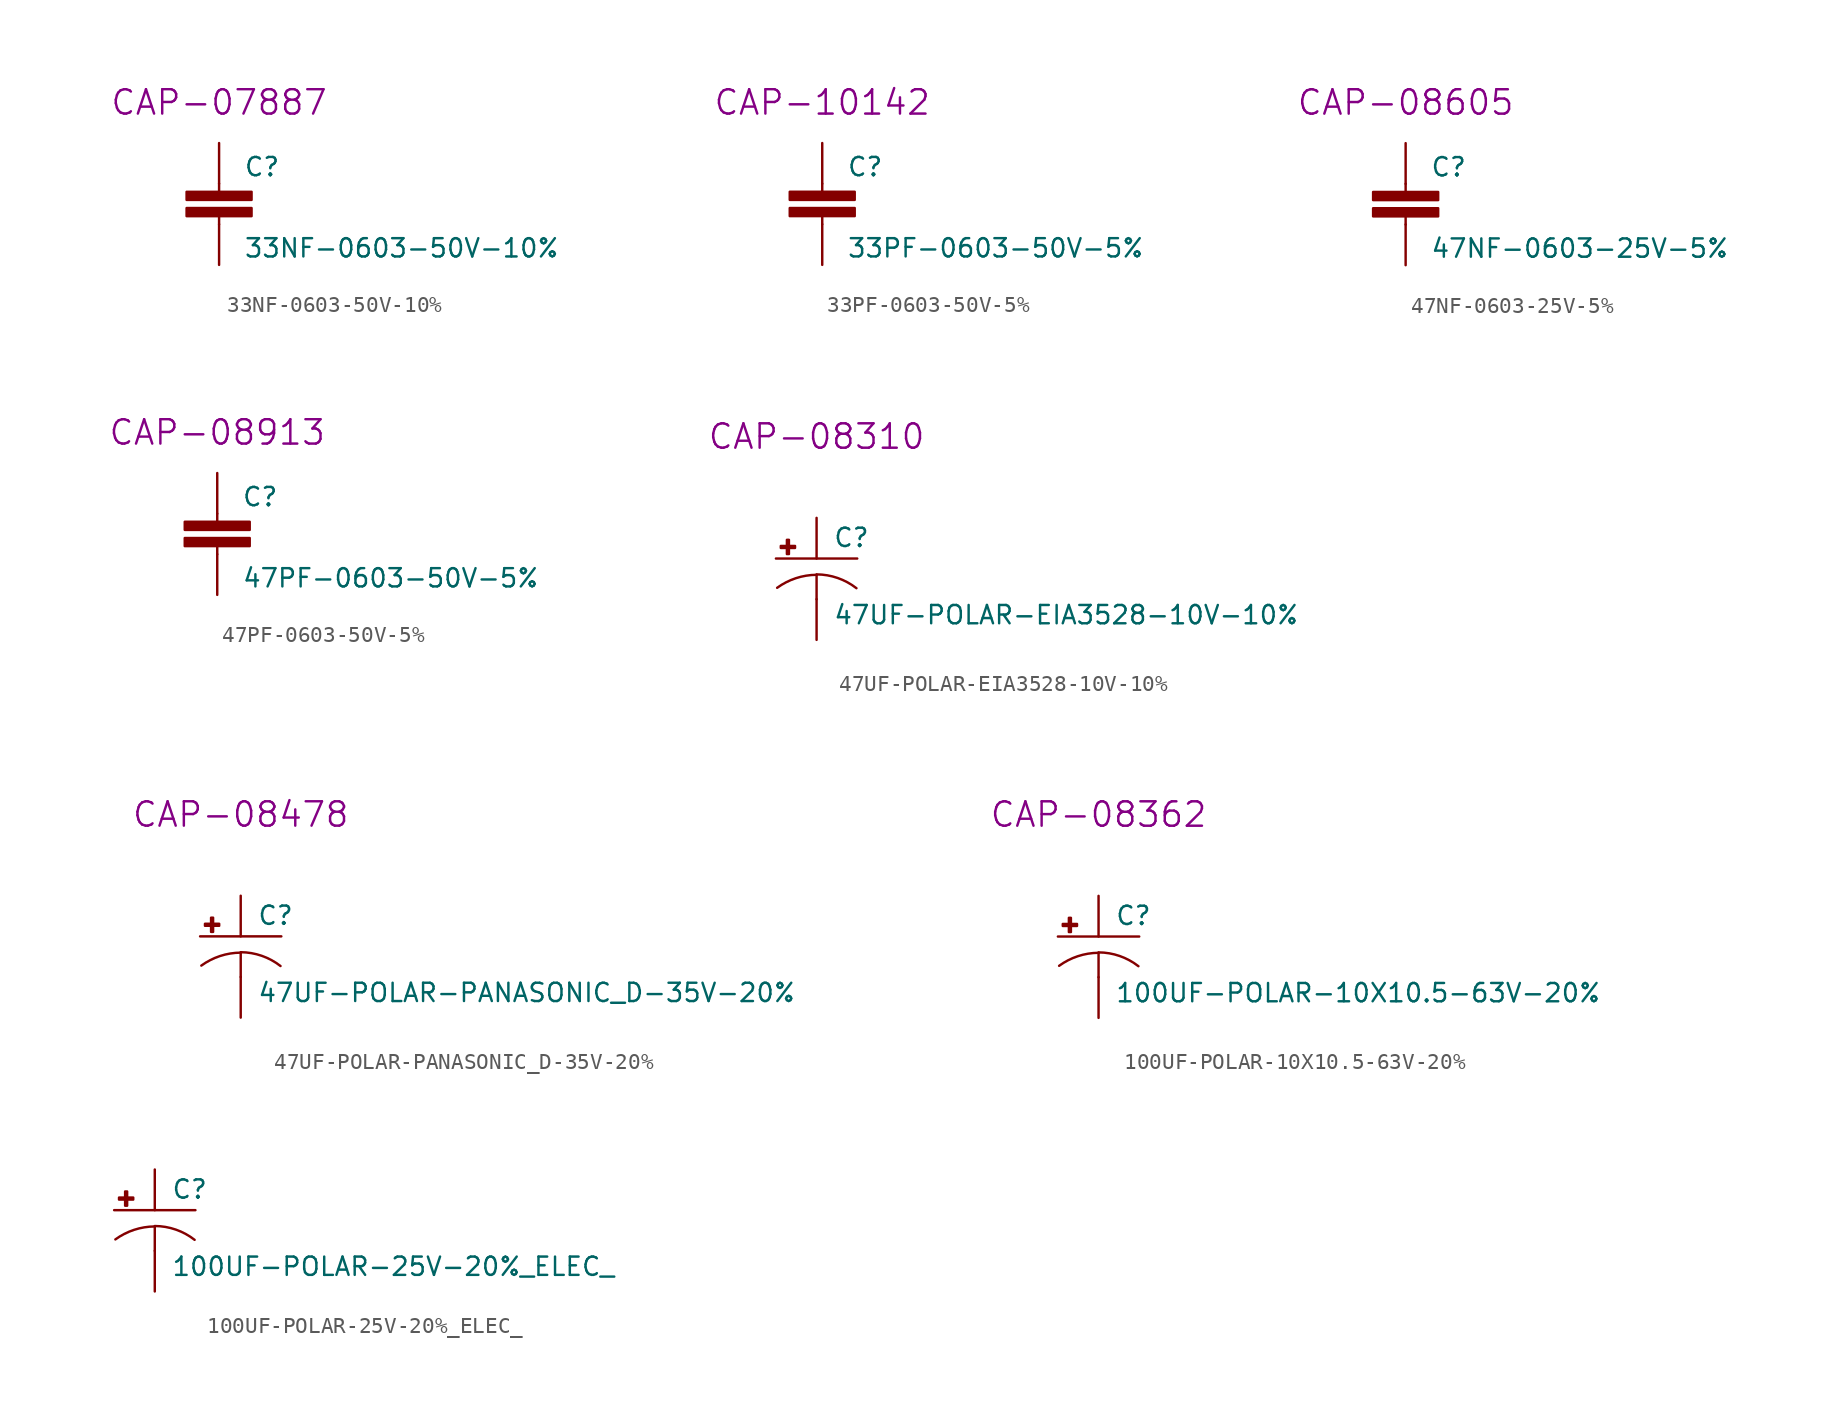
<source format=kicad_sym>
(kicad_symbol_lib
  (version 20220914)
  (generator kicad_symbol_editor)
  (symbol "33NF-0603-50V-10%"
    (pin_numbers hide)
    (pin_names
      (offset 1.016) hide)
    (property "Reference" "C"
      (at 1.524 2.921 0)
      (effects (font (size 1.143 1.143)) (justify left bottom)))
    (property "Value" "33NF-0603-50V-10%"
      (at 1.524 -2.159 0)
      (effects (font (size 1.143 1.143)) (justify left bottom)))
    (property "Field4" "CAP-07887"
      (at 0 7.62 0)
      (effects (font (size 1.524 1.524))))
    (property "ki_locked" ""
      (at 0 0 0)
      (effects (font (size 1.27 1.27))))
    (symbol "33NF-0603-50V-10%_1_0"
      (polyline (pts (xy 0 0) (xy 0 0.508)) (stroke (width 0) (type solid)) (fill (type none)))
      (polyline (pts (xy 0 2.54) (xy 0 2.032)) (stroke (width 0) (type solid)) (fill (type none))))
    (symbol "33NF-0603-50V-10%_1_1"
      (rectangle (start -2.032 0.508) (end 2.032 1.016) (stroke (width 0) (type solid)) (fill (type outline)))
      (rectangle (start -2.032 1.524) (end 2.032 2.032) (stroke (width 0) (type solid)) (fill (type outline)))
      (pin passive line (at 0 5.08 270) (length 2.54) (name "1" (effects (font (size 1.016 1.016)))) (number "1" (effects (font (size 1.016 1.016)))))
      (pin passive line (at 0 -2.54 90) (length 2.54) (name "2" (effects (font (size 1.016 1.016)))) (number "2" (effects (font (size 1.016 1.016)))))))
  (symbol "33PF-0603-50V-5%"
    (pin_numbers hide)
    (pin_names
      (offset 1.016) hide)
    (property "Reference" "C"
      (at 1.524 2.921 0)
      (effects (font (size 1.143 1.143)) (justify left bottom)))
    (property "Value" "33PF-0603-50V-5%"
      (at 1.524 -2.159 0)
      (effects (font (size 1.143 1.143)) (justify left bottom)))
    (property "Field4" "CAP-10142"
      (at 0 7.62 0)
      (effects (font (size 1.524 1.524))))
    (property "ki_locked" ""
      (at 0 0 0)
      (effects (font (size 1.27 1.27))))
    (symbol "33PF-0603-50V-5%_1_0"
      (polyline (pts (xy 0 0) (xy 0 0.508)) (stroke (width 0) (type solid)) (fill (type none)))
      (polyline (pts (xy 0 2.54) (xy 0 2.032)) (stroke (width 0) (type solid)) (fill (type none))))
    (symbol "33PF-0603-50V-5%_1_1"
      (rectangle (start -2.032 0.508) (end 2.032 1.016) (stroke (width 0) (type solid)) (fill (type outline)))
      (rectangle (start -2.032 1.524) (end 2.032 2.032) (stroke (width 0) (type solid)) (fill (type outline)))
      (pin passive line (at 0 5.08 270) (length 2.54) (name "1" (effects (font (size 1.016 1.016)))) (number "1" (effects (font (size 1.016 1.016)))))
      (pin passive line (at 0 -2.54 90) (length 2.54) (name "2" (effects (font (size 1.016 1.016)))) (number "2" (effects (font (size 1.016 1.016)))))))
  (symbol "47NF-0603-25V-5%"
    (pin_numbers hide)
    (pin_names
      (offset 1.016) hide)
    (property "Reference" "C"
      (at 1.524 2.921 0)
      (effects (font (size 1.143 1.143)) (justify left bottom)))
    (property "Value" "47NF-0603-25V-5%"
      (at 1.524 -2.159 0)
      (effects (font (size 1.143 1.143)) (justify left bottom)))
    (property "Field4" "CAP-08605"
      (at 0 7.62 0)
      (effects (font (size 1.524 1.524))))
    (property "ki_locked" ""
      (at 0 0 0)
      (effects (font (size 1.27 1.27))))
    (symbol "47NF-0603-25V-5%_1_0"
      (polyline (pts (xy 0 0) (xy 0 0.508)) (stroke (width 0) (type solid)) (fill (type none)))
      (polyline (pts (xy 0 2.54) (xy 0 2.032)) (stroke (width 0) (type solid)) (fill (type none))))
    (symbol "47NF-0603-25V-5%_1_1"
      (rectangle (start -2.032 0.508) (end 2.032 1.016) (stroke (width 0) (type solid)) (fill (type outline)))
      (rectangle (start -2.032 1.524) (end 2.032 2.032) (stroke (width 0) (type solid)) (fill (type outline)))
      (pin passive line (at 0 5.08 270) (length 2.54) (name "1" (effects (font (size 1.016 1.016)))) (number "1" (effects (font (size 1.016 1.016)))))
      (pin passive line (at 0 -2.54 90) (length 2.54) (name "2" (effects (font (size 1.016 1.016)))) (number "2" (effects (font (size 1.016 1.016)))))))
  (symbol "47PF-0603-50V-5%"
    (pin_numbers hide)
    (pin_names
      (offset 1.016) hide)
    (property "Reference" "C"
      (at 1.524 2.921 0)
      (effects (font (size 1.143 1.143)) (justify left bottom)))
    (property "Value" "47PF-0603-50V-5%"
      (at 1.524 -2.159 0)
      (effects (font (size 1.143 1.143)) (justify left bottom)))
    (property "Field4" "CAP-08913"
      (at 0 7.62 0)
      (effects (font (size 1.524 1.524))))
    (property "ki_locked" ""
      (at 0 0 0)
      (effects (font (size 1.27 1.27))))
    (symbol "47PF-0603-50V-5%_1_0"
      (polyline (pts (xy 0 0) (xy 0 0.508)) (stroke (width 0) (type solid)) (fill (type none)))
      (polyline (pts (xy 0 2.54) (xy 0 2.032)) (stroke (width 0) (type solid)) (fill (type none))))
    (symbol "47PF-0603-50V-5%_1_1"
      (rectangle (start -2.032 0.508) (end 2.032 1.016) (stroke (width 0) (type solid)) (fill (type outline)))
      (rectangle (start -2.032 1.524) (end 2.032 2.032) (stroke (width 0) (type solid)) (fill (type outline)))
      (pin passive line (at 0 5.08 270) (length 2.54) (name "1" (effects (font (size 1.016 1.016)))) (number "1" (effects (font (size 1.016 1.016)))))
      (pin passive line (at 0 -2.54 90) (length 2.54) (name "2" (effects (font (size 1.016 1.016)))) (number "2" (effects (font (size 1.016 1.016)))))))
  (symbol "47UF-POLAR-EIA3528-10V-10%"
    (pin_numbers hide)
    (pin_names
      (offset 1.016) hide)
    (property "Reference" "C"
      (at 1.016 0.635 0)
      (effects (font (size 1.143 1.143)) (justify left bottom)))
    (property "Value" "47UF-POLAR-EIA3528-10V-10%"
      (at 1.016 -4.191 0)
      (effects (font (size 1.143 1.143)) (justify left bottom)))
    (property "Field4" "CAP-08310"
      (at 0 7.62 0)
      (effects (font (size 1.524 1.524))))
    (property "ki_locked" ""
      (at 0 0 0)
      (effects (font (size 1.27 1.27))))
    (symbol "47UF-POLAR-EIA3528-10V-10%_1_0"
      (polyline (pts (xy -2.54 0) (xy 2.54 0)) (stroke (width 0) (type solid)) (fill (type none)))
      (polyline (pts (xy 0 -1.016) (xy 0 -2.54)) (stroke (width 0) (type solid)) (fill (type none))))
    (symbol "47UF-POLAR-EIA3528-10V-10%_1_1"
      (rectangle (start -2.235 0.66) (end -1.346 0.787) (stroke (width 0) (type solid)) (fill (type outline)))
      (rectangle (start -1.854 0.279) (end -1.727 1.168) (stroke (width 0) (type solid)) (fill (type outline)))
      (arc (start 0 -1.016) (mid -1.2939 -1.2289) (end -2.4638 -1.8288) (stroke (width 0) (type solid)) (fill (type none)))
      (arc (start 2.4892 -1.8542) (mid 1.3167 -1.2157) (end 0 -0.9906) (stroke (width 0) (type solid)) (fill (type none)))
      (pin passive line (at 0 2.54 270) (length 2.54) (name "+" (effects (font (size 1.016 1.016)))) (number "A" (effects (font (size 1.016 1.016)))))
      (pin passive line (at 0 -5.08 90) (length 2.54) (name "-" (effects (font (size 1.016 1.016)))) (number "C" (effects (font (size 1.016 1.016)))))))
  (symbol "47UF-POLAR-PANASONIC_D-35V-20%"
    (pin_numbers hide)
    (pin_names
      (offset 1.016) hide)
    (property "Reference" "C"
      (at 1.016 0.635 0)
      (effects (font (size 1.143 1.143)) (justify left bottom)))
    (property "Value" "47UF-POLAR-PANASONIC_D-35V-20%"
      (at 1.016 -4.191 0)
      (effects (font (size 1.143 1.143)) (justify left bottom)))
    (property "Field4" "CAP-08478"
      (at 0 7.62 0)
      (effects (font (size 1.524 1.524))))
    (property "ki_locked" ""
      (at 0 0 0)
      (effects (font (size 1.27 1.27))))
    (symbol "47UF-POLAR-PANASONIC_D-35V-20%_1_0"
      (polyline (pts (xy -2.54 0) (xy 2.54 0)) (stroke (width 0) (type solid)) (fill (type none)))
      (polyline (pts (xy 0 -1.016) (xy 0 -2.54)) (stroke (width 0) (type solid)) (fill (type none))))
    (symbol "47UF-POLAR-PANASONIC_D-35V-20%_1_1"
      (rectangle (start -2.235 0.66) (end -1.346 0.787) (stroke (width 0) (type solid)) (fill (type outline)))
      (rectangle (start -1.854 0.279) (end -1.727 1.168) (stroke (width 0) (type solid)) (fill (type outline)))
      (arc (start 0 -1.016) (mid -1.2939 -1.2289) (end -2.4638 -1.8288) (stroke (width 0) (type solid)) (fill (type none)))
      (arc (start 2.4892 -1.8542) (mid 1.3167 -1.2157) (end 0 -0.9906) (stroke (width 0) (type solid)) (fill (type none)))
      (pin passive line (at 0 2.54 270) (length 2.54) (name "+" (effects (font (size 1.016 1.016)))) (number "+" (effects (font (size 1.016 1.016)))))
      (pin passive line (at 0 -5.08 90) (length 2.54) (name "-" (effects (font (size 1.016 1.016)))) (number "-" (effects (font (size 1.016 1.016)))))))
  (symbol "100UF-POLAR-10X10.5-63V-20%"
    (pin_numbers hide)
    (pin_names
      (offset 1.016) hide)
    (property "Reference" "C"
      (at 1.016 0.635 0)
      (effects (font (size 1.143 1.143)) (justify left bottom)))
    (property "Value" "100UF-POLAR-10X10.5-63V-20%"
      (at 1.016 -4.191 0)
      (effects (font (size 1.143 1.143)) (justify left bottom)))
    (property "Field4" "CAP-08362"
      (at 0 7.62 0)
      (effects (font (size 1.524 1.524))))
    (property "ki_locked" ""
      (at 0 0 0)
      (effects (font (size 1.27 1.27))))
    (symbol "100UF-POLAR-10X10.5-63V-20%_1_0"
      (polyline (pts (xy -2.54 0) (xy 2.54 0)) (stroke (width 0) (type solid)) (fill (type none)))
      (polyline (pts (xy 0 -1.016) (xy 0 -2.54)) (stroke (width 0) (type solid)) (fill (type none))))
    (symbol "100UF-POLAR-10X10.5-63V-20%_1_1"
      (rectangle (start -2.235 0.66) (end -1.346 0.787) (stroke (width 0) (type solid)) (fill (type outline)))
      (rectangle (start -1.854 0.279) (end -1.727 1.168) (stroke (width 0) (type solid)) (fill (type outline)))
      (arc (start 0 -1.016) (mid -1.2939 -1.2289) (end -2.4638 -1.8288) (stroke (width 0) (type solid)) (fill (type none)))
      (arc (start 2.4892 -1.8542) (mid 1.3167 -1.2157) (end 0 -0.9906) (stroke (width 0) (type solid)) (fill (type none)))
      (pin passive line (at 0 2.54 270) (length 2.54) (name "+" (effects (font (size 1.016 1.016)))) (number "+" (effects (font (size 1.016 1.016)))))
      (pin passive line (at 0 -5.08 90) (length 2.54) (name "-" (effects (font (size 1.016 1.016)))) (number "-" (effects (font (size 1.016 1.016)))))))
  (symbol "100UF-POLAR-25V-20%_ELEC_"
    (pin_numbers hide)
    (pin_names
      (offset 1.016) hide)
    (property "Reference" "C"
      (at 1.016 0.635 0)
      (effects (font (size 1.143 1.143)) (justify left bottom)))
    (property "Value" "100UF-POLAR-25V-20%_ELEC_"
      (at 1.016 -4.191 0)
      (effects (font (size 1.143 1.143)) (justify left bottom)))
    (property "ki_locked" ""
      (at 0 0 0)
      (effects (font (size 1.27 1.27))))
    (symbol "100UF-POLAR-25V-20%_ELEC__1_0"
      (polyline (pts (xy -2.54 0) (xy 2.54 0)) (stroke (width 0) (type solid)) (fill (type none)))
      (polyline (pts (xy 0 -1.016) (xy 0 -2.54)) (stroke (width 0) (type solid)) (fill (type none))))
    (symbol "100UF-POLAR-25V-20%_ELEC__1_1"
      (rectangle (start -2.235 0.66) (end -1.346 0.787) (stroke (width 0) (type solid)) (fill (type outline)))
      (rectangle (start -1.854 0.279) (end -1.727 1.168) (stroke (width 0) (type solid)) (fill (type outline)))
      (arc (start 0 -1.016) (mid -1.2939 -1.2289) (end -2.4638 -1.8288) (stroke (width 0) (type solid)) (fill (type none)))
      (arc (start 2.4892 -1.8542) (mid 1.3167 -1.2157) (end 0 -0.9906) (stroke (width 0) (type solid)) (fill (type none)))
      (pin passive line (at 0 2.54 270) (length 2.54) (name "+" (effects (font (size 1.016 1.016)))) (number "+" (effects (font (size 1.016 1.016)))))
      (pin passive line (at 0 -5.08 90) (length 2.54) (name "-" (effects (font (size 1.016 1.016)))) (number "-" (effects (font (size 1.016 1.016))))))))
</source>
